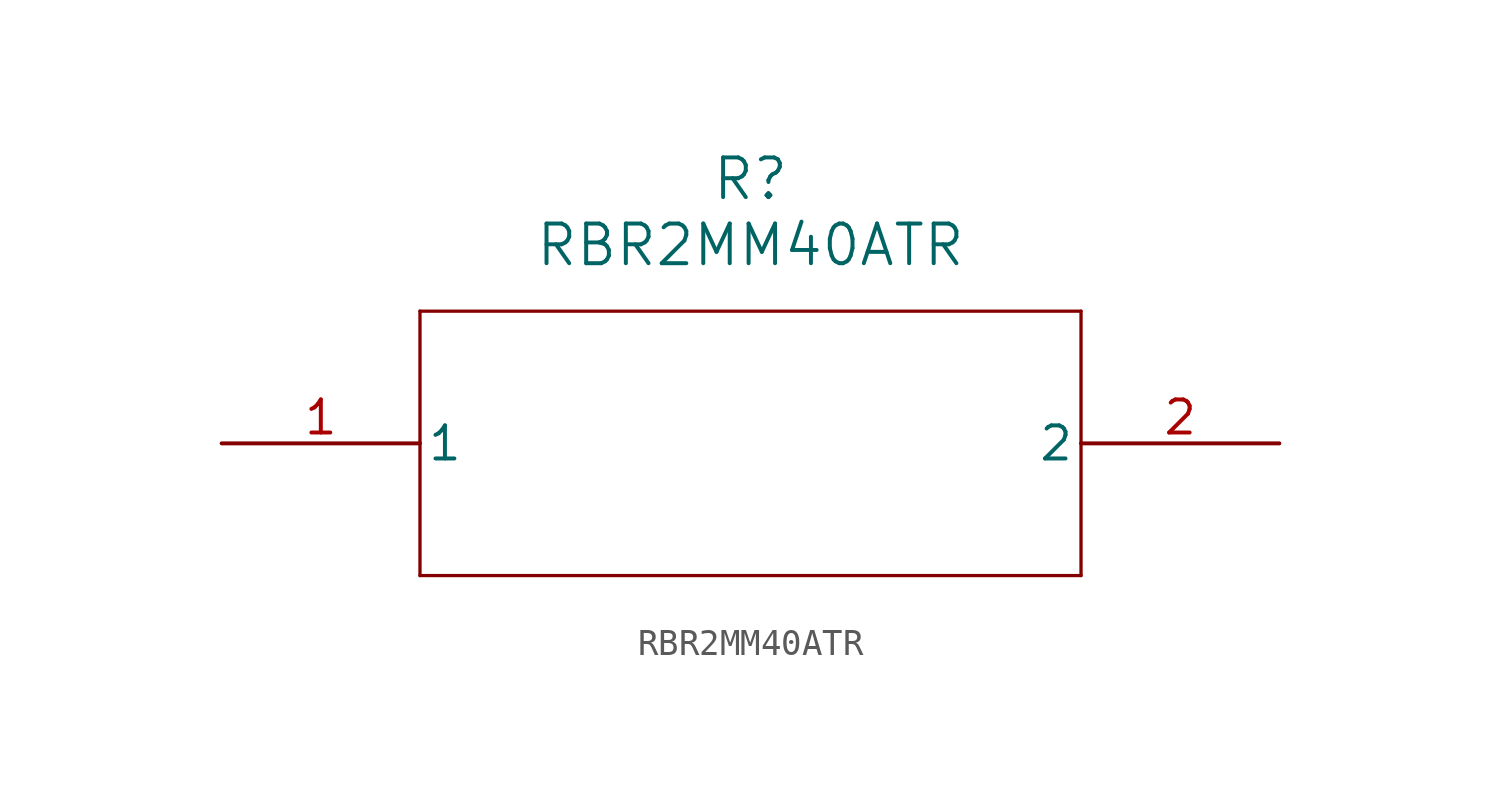
<source format=kicad_sym>
(kicad_symbol_lib
  (version 20211014)
  (generator kicad_symbol_editor)
  (symbol "RBR2MM40ATR"
    (pin_names
      (offset 0.254))
    (property "Reference" "R"
      (at 20.32 10.16 0)
      (effects (font (size 1.524 1.524))))
    (property "Value" "RBR2MM40ATR"
      (at 20.32 7.62 0)
      (effects (font (size 1.524 1.524))))
    (symbol "RBR2MM40ATR_0_1"
      (polyline (pts (xy 7.62 5.08) (xy 7.62 -5.08)) (stroke (width 0.127) (type default) (color 0 0 0 0)) (fill (type none)))
      (polyline (pts (xy 7.62 -5.08) (xy 33.02 -5.08)) (stroke (width 0.127) (type default) (color 0 0 0 0)) (fill (type none)))
      (polyline (pts (xy 33.02 -5.08) (xy 33.02 5.08)) (stroke (width 0.127) (type default) (color 0 0 0 0)) (fill (type none)))
      (polyline (pts (xy 33.02 5.08) (xy 7.62 5.08)) (stroke (width 0.127) (type default) (color 0 0 0 0)) (fill (type none)))
      (pin unspecified line (at 0 0 0) (length 7.62) (name "1" (effects (font (size 1.27 1.27)))) (number "1" (effects (font (size 1.27 1.27)))))
      (pin unspecified line (at 40.64 0 180) (length 7.62) (name "2" (effects (font (size 1.27 1.27)))) (number "2" (effects (font (size 1.27 1.27))))))))
</source>
